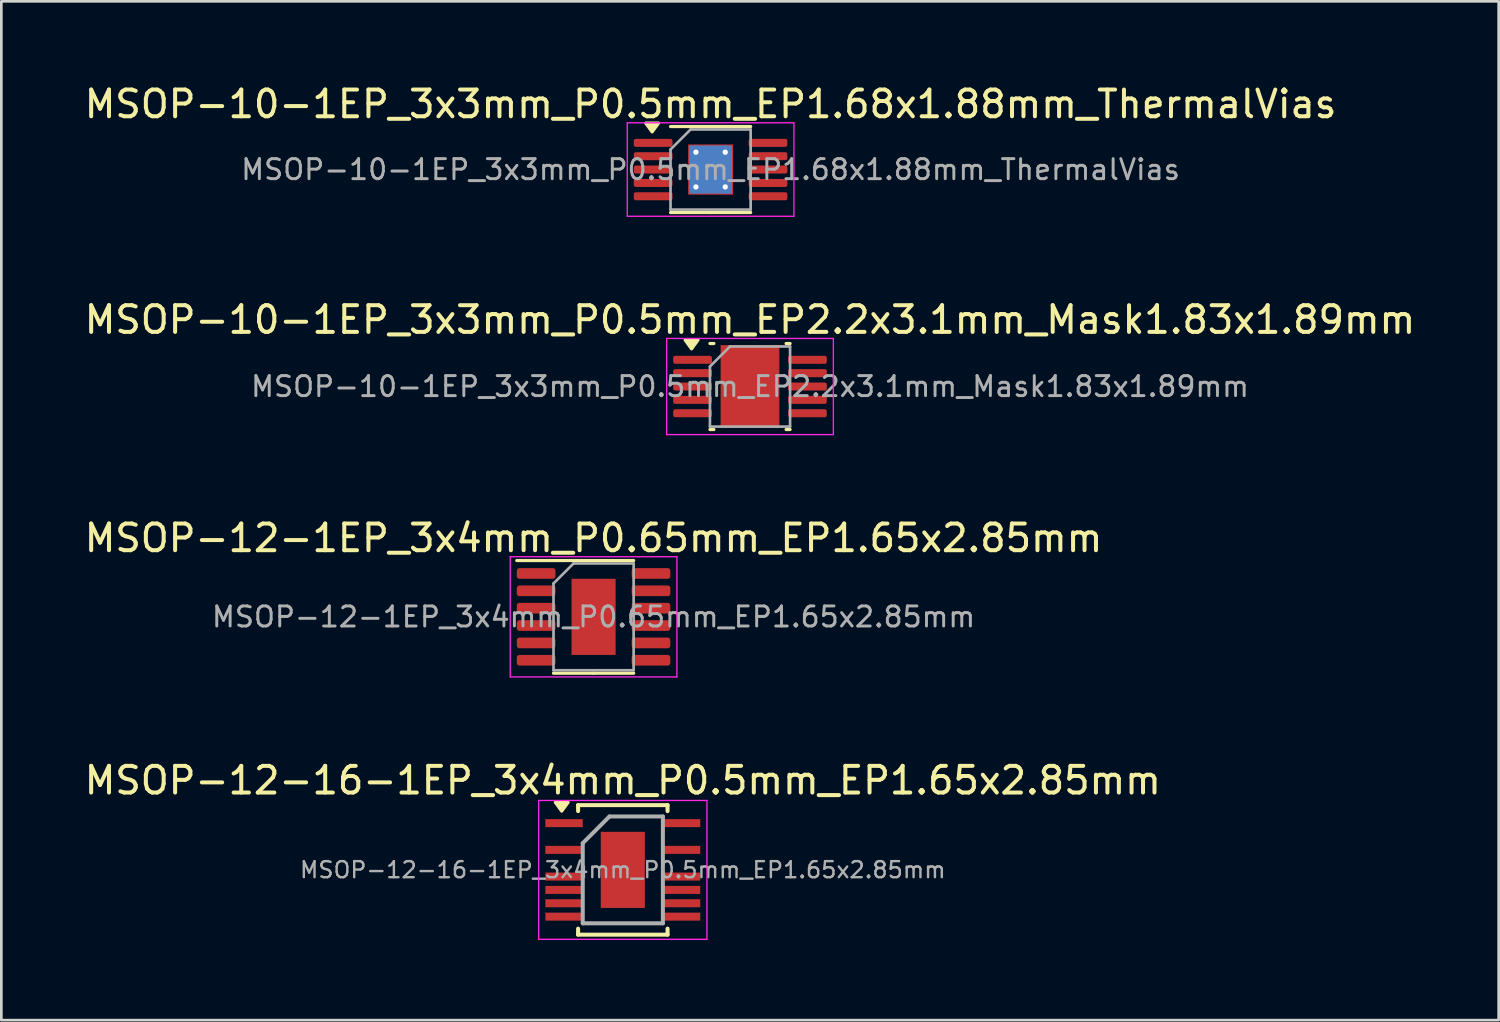
<source format=kicad_pcb>
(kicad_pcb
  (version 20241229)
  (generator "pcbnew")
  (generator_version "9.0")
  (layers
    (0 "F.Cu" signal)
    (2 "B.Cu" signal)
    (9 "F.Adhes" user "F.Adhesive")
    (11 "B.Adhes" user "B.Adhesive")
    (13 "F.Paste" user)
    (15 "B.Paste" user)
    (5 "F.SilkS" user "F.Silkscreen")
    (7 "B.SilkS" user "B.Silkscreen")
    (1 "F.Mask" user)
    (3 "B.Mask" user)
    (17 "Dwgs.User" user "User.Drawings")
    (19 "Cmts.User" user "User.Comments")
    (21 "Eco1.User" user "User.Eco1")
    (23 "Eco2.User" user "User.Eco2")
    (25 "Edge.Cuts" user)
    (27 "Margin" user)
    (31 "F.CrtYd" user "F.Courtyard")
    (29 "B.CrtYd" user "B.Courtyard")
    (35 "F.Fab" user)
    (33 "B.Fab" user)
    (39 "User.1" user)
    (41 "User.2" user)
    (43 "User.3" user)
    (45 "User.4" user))
  (footprint "MSOP-10-1EP_3x3mm_P0.5mm_EP1.68x1.88mm_ThermalVias"
    (layer "F.Cu")
    (at 23.554 3.298)
    (property "Reference" "MSOP-10-1EP_3x3mm_P0.5mm_EP1.68x1.88mm_ThermalVias" (at 0 -2.45 0) (layer "F.SilkS") (effects (font (size 1 1) (thickness 0.15))))
    (attr smd)
    (fp_line (start 0 -1.61) (end -1.5 -1.61) (stroke (width 0.12) (type solid)) (layer "F.SilkS"))
    (fp_line (start 0 -1.61) (end 1.5 -1.61) (stroke (width 0.12) (type solid)) (layer "F.SilkS"))
    (fp_line (start 0 1.61) (end -1.5 1.61) (stroke (width 0.12) (type solid)) (layer "F.SilkS"))
    (fp_line (start 0 1.61) (end 1.5 1.61) (stroke (width 0.12) (type solid)) (layer "F.SilkS"))
    (fp_poly (pts (xy -2.188 -1.41) (xy -2.428 -1.74) (xy -1.948 -1.74) (xy -2.188 -1.41)) (stroke (width 0.12) (type solid)) (fill yes) (layer "F.SilkS"))
    (fp_line (start -3.12 -1.75) (end -3.12 1.75) (stroke (width 0.05) (type solid)) (layer "F.CrtYd"))
    (fp_line (start -3.12 1.75) (end 3.12 1.75) (stroke (width 0.05) (type solid)) (layer "F.CrtYd"))
    (fp_line (start 3.12 -1.75) (end -3.12 -1.75) (stroke (width 0.05) (type solid)) (layer "F.CrtYd"))
    (fp_line (start 3.12 1.75) (end 3.12 -1.75) (stroke (width 0.05) (type solid)) (layer "F.CrtYd"))
    (fp_line (start -1.5 -0.75) (end -0.75 -1.5) (stroke (width 0.1) (type solid)) (layer "F.Fab"))
    (fp_line (start -1.5 1.5) (end -1.5 -0.75) (stroke (width 0.1) (type solid)) (layer "F.Fab"))
    (fp_line (start -0.75 -1.5) (end 1.5 -1.5) (stroke (width 0.1) (type solid)) (layer "F.Fab"))
    (fp_line (start 1.5 -1.5) (end 1.5 1.5) (stroke (width 0.1) (type solid)) (layer "F.Fab"))
    (fp_line (start 1.5 1.5) (end -1.5 1.5) (stroke (width 0.1) (type solid)) (layer "F.Fab"))
    (fp_text user "${REFERENCE}" (at 0 0 0) (layer "F.Fab") (effects (font (size 0.75 0.75) (thickness 0.11))))
    (pad "" smd roundrect (at -0.42 -0.47) (size 0.7 0.79) (layers "F.Paste") (roundrect_rratio 0.25))
    (pad "" smd roundrect (at -0.42 0.47) (size 0.7 0.79) (layers "F.Paste") (roundrect_rratio 0.25))
    (pad "" smd roundrect (at 0.42 -0.47) (size 0.7 0.79) (layers "F.Paste") (roundrect_rratio 0.25))
    (pad "" smd roundrect (at 0.42 0.47) (size 0.7 0.79) (layers "F.Paste") (roundrect_rratio 0.25))
    (pad "1" smd roundrect (at -2.15 -1) (size 1.45 0.3) (layers "F.Cu" "F.Mask" "F.Paste") (roundrect_rratio 0.25))
    (pad "2" smd roundrect (at -2.15 -0.5) (size 1.45 0.3) (layers "F.Cu" "F.Mask" "F.Paste") (roundrect_rratio 0.25))
    (pad "3" smd roundrect (at -2.15 0) (size 1.45 0.3) (layers "F.Cu" "F.Mask" "F.Paste") (roundrect_rratio 0.25))
    (pad "4" smd roundrect (at -2.15 0.5) (size 1.45 0.3) (layers "F.Cu" "F.Mask" "F.Paste") (roundrect_rratio 0.25))
    (pad "5" smd roundrect (at -2.15 1) (size 1.45 0.3) (layers "F.Cu" "F.Mask" "F.Paste") (roundrect_rratio 0.25))
    (pad "6" smd roundrect (at 2.15 1) (size 1.45 0.3) (layers "F.Cu" "F.Mask" "F.Paste") (roundrect_rratio 0.25))
    (pad "7" smd roundrect (at 2.15 0.5) (size 1.45 0.3) (layers "F.Cu" "F.Mask" "F.Paste") (roundrect_rratio 0.25))
    (pad "8" smd roundrect (at 2.15 0) (size 1.45 0.3) (layers "F.Cu" "F.Mask" "F.Paste") (roundrect_rratio 0.25))
    (pad "9" smd roundrect (at 2.15 -0.5) (size 1.45 0.3) (layers "F.Cu" "F.Mask" "F.Paste") (roundrect_rratio 0.25))
    (pad "10" smd roundrect (at 2.15 -1) (size 1.45 0.3) (layers "F.Cu" "F.Mask" "F.Paste") (roundrect_rratio 0.25))
    (pad "11" thru_hole circle (at -0.55 -0.65) (size 0.5 0.5) (drill 0.2) (property pad_prop_heatsink) (layers "*.Cu"))
    (pad "11" thru_hole circle (at -0.55 0.65) (size 0.5 0.5) (drill 0.2) (property pad_prop_heatsink) (layers "*.Cu"))
    (pad "11" smd rect (at 0 0) (size 1.6 1.8) (property pad_prop_heatsink) (layers "B.Cu"))
    (pad "11" smd rect (at 0 0) (size 1.68 1.88) (property pad_prop_heatsink) (layers "F.Cu" "F.Mask"))
    (pad "11" thru_hole circle (at 0.55 -0.65) (size 0.5 0.5) (drill 0.2) (property pad_prop_heatsink) (layers "*.Cu"))
    (pad "11" thru_hole circle (at 0.55 0.65) (size 0.5 0.5) (drill 0.2) (property pad_prop_heatsink) (layers "*.Cu")))
  (footprint "MSOP-10-1EP_3x3mm_P0.5mm_EP2.2x3.1mm_Mask1.83x1.89mm"
    (layer "F.Cu")
    (at 25.03 11.421)
    (property "Reference" "MSOP-10-1EP_3x3mm_P0.5mm_EP2.2x3.1mm_Mask1.83x1.89mm" (at 0 -2.5 0) (layer "F.SilkS") (effects (font (size 1 1) (thickness 0.15))))
    (attr smd)
    (fp_line (start -1.353 -1.61) (end -1.5 -1.61) (stroke (width 0.12) (type solid)) (layer "F.SilkS"))
    (fp_line (start -1.353 1.61) (end -1.5 1.61) (stroke (width 0.12) (type solid)) (layer "F.SilkS"))
    (fp_line (start 1.353 -1.61) (end 1.5 -1.61) (stroke (width 0.12) (type solid)) (layer "F.SilkS"))
    (fp_line (start 1.353 1.61) (end 1.5 1.61) (stroke (width 0.12) (type solid)) (layer "F.SilkS"))
    (fp_poly (pts (xy -2.188 -1.41) (xy -2.428 -1.74) (xy -1.948 -1.74) (xy -2.188 -1.41)) (stroke (width 0.12) (type solid)) (fill yes) (layer "F.SilkS"))
    (fp_line (start -3.12 -1.8) (end -3.12 1.8) (stroke (width 0.05) (type solid)) (layer "F.CrtYd"))
    (fp_line (start -3.12 1.8) (end 3.12 1.8) (stroke (width 0.05) (type solid)) (layer "F.CrtYd"))
    (fp_line (start 3.12 -1.8) (end -3.12 -1.8) (stroke (width 0.05) (type solid)) (layer "F.CrtYd"))
    (fp_line (start 3.12 1.8) (end 3.12 -1.8) (stroke (width 0.05) (type solid)) (layer "F.CrtYd"))
    (fp_line (start -1.5 -0.75) (end -0.75 -1.5) (stroke (width 0.1) (type solid)) (layer "F.Fab"))
    (fp_line (start -1.5 1.5) (end -1.5 -0.75) (stroke (width 0.1) (type solid)) (layer "F.Fab"))
    (fp_line (start -0.75 -1.5) (end 1.5 -1.5) (stroke (width 0.1) (type solid)) (layer "F.Fab"))
    (fp_line (start 1.5 -1.5) (end 1.5 1.5) (stroke (width 0.1) (type solid)) (layer "F.Fab"))
    (fp_line (start 1.5 1.5) (end -1.5 1.5) (stroke (width 0.1) (type solid)) (layer "F.Fab"))
    (fp_text user "${REFERENCE}" (at 0 0 0) (layer "F.Fab") (effects (font (size 0.75 0.75) (thickness 0.11))))
    (pad "" smd roundrect (at -0.46 -0.47) (size 0.74 0.76) (layers "F.Paste") (roundrect_rratio 0.25))
    (pad "" smd roundrect (at -0.46 0.47) (size 0.74 0.76) (layers "F.Paste") (roundrect_rratio 0.25))
    (pad "" smd rect (at 0 0) (size 1.83 1.89) (layers "F.Mask"))
    (pad "" smd roundrect (at 0.46 -0.47) (size 0.74 0.76) (layers "F.Paste") (roundrect_rratio 0.25))
    (pad "" smd roundrect (at 0.46 0.47) (size 0.74 0.76) (layers "F.Paste") (roundrect_rratio 0.25))
    (pad "1" smd roundrect (at -2.15 -1) (size 1.45 0.3) (layers "F.Cu" "F.Mask" "F.Paste") (roundrect_rratio 0.25))
    (pad "2" smd roundrect (at -2.15 -0.5) (size 1.45 0.3) (layers "F.Cu" "F.Mask" "F.Paste") (roundrect_rratio 0.25))
    (pad "3" smd roundrect (at -2.15 0) (size 1.45 0.3) (layers "F.Cu" "F.Mask" "F.Paste") (roundrect_rratio 0.25))
    (pad "4" smd roundrect (at -2.15 0.5) (size 1.45 0.3) (layers "F.Cu" "F.Mask" "F.Paste") (roundrect_rratio 0.25))
    (pad "5" smd roundrect (at -2.15 1) (size 1.45 0.3) (layers "F.Cu" "F.Mask" "F.Paste") (roundrect_rratio 0.25))
    (pad "6" smd roundrect (at 2.15 1) (size 1.45 0.3) (layers "F.Cu" "F.Mask" "F.Paste") (roundrect_rratio 0.25))
    (pad "7" smd roundrect (at 2.15 0.5) (size 1.45 0.3) (layers "F.Cu" "F.Mask" "F.Paste") (roundrect_rratio 0.25))
    (pad "8" smd roundrect (at 2.15 0) (size 1.45 0.3) (layers "F.Cu" "F.Mask" "F.Paste") (roundrect_rratio 0.25))
    (pad "9" smd roundrect (at 2.15 -0.5) (size 1.45 0.3) (layers "F.Cu" "F.Mask" "F.Paste") (roundrect_rratio 0.25))
    (pad "10" smd roundrect (at 2.15 -1) (size 1.45 0.3) (layers "F.Cu" "F.Mask" "F.Paste") (roundrect_rratio 0.25))
    (pad "11" smd rect (at 0 0) (size 2.2 3.1) (property pad_prop_heatsink) (layers "F.Cu")))
  (footprint "MSOP-12-1EP_3x4mm_P0.65mm_EP1.65x2.85mm"
    (layer "F.Cu")
    (at 19.173 20.045)
    (property "Reference" "MSOP-12-1EP_3x4mm_P0.65mm_EP1.65x2.85mm" (at 0 -2.95 0) (layer "F.SilkS") (effects (font (size 1 1) (thickness 0.15))))
    (attr smd)
    (fp_line (start 0 -2.11) (end -2.875 -2.11) (stroke (width 0.12) (type solid)) (layer "F.SilkS"))
    (fp_line (start 0 -2.11) (end 1.5 -2.11) (stroke (width 0.12) (type solid)) (layer "F.SilkS"))
    (fp_line (start 0 2.11) (end -1.5 2.11) (stroke (width 0.12) (type solid)) (layer "F.SilkS"))
    (fp_line (start 0 2.11) (end 1.5 2.11) (stroke (width 0.12) (type solid)) (layer "F.SilkS"))
    (fp_line (start -3.12 -2.25) (end -3.12 2.25) (stroke (width 0.05) (type solid)) (layer "F.CrtYd"))
    (fp_line (start -3.12 2.25) (end 3.12 2.25) (stroke (width 0.05) (type solid)) (layer "F.CrtYd"))
    (fp_line (start 3.12 -2.25) (end -3.12 -2.25) (stroke (width 0.05) (type solid)) (layer "F.CrtYd"))
    (fp_line (start 3.12 2.25) (end 3.12 -2.25) (stroke (width 0.05) (type solid)) (layer "F.CrtYd"))
    (fp_line (start -1.5 -1.25) (end -0.75 -2) (stroke (width 0.1) (type solid)) (layer "F.Fab"))
    (fp_line (start -1.5 2) (end -1.5 -1.25) (stroke (width 0.1) (type solid)) (layer "F.Fab"))
    (fp_line (start -0.75 -2) (end 1.5 -2) (stroke (width 0.1) (type solid)) (layer "F.Fab"))
    (fp_line (start 1.5 -2) (end 1.5 2) (stroke (width 0.1) (type solid)) (layer "F.Fab"))
    (fp_line (start 1.5 2) (end -1.5 2) (stroke (width 0.1) (type solid)) (layer "F.Fab"))
    (fp_text user "${REFERENCE}" (at 0 0 0) (layer "F.Fab") (effects (font (size 0.75 0.75) (thickness 0.11))))
    (pad "" smd roundrect (at -0.41 -0.71) (size 0.67 1.15) (layers "F.Paste") (roundrect_rratio 0.25))
    (pad "" smd roundrect (at -0.41 0.71) (size 0.67 1.15) (layers "F.Paste") (roundrect_rratio 0.25))
    (pad "" smd roundrect (at 0.41 -0.71) (size 0.67 1.15) (layers "F.Paste") (roundrect_rratio 0.25))
    (pad "" smd roundrect (at 0.41 0.71) (size 0.67 1.15) (layers "F.Paste") (roundrect_rratio 0.25))
    (pad "1" smd roundrect (at -2.15 -1.625) (size 1.45 0.4) (layers "F.Cu" "F.Mask" "F.Paste") (roundrect_rratio 0.25))
    (pad "2" smd roundrect (at -2.15 -0.975) (size 1.45 0.4) (layers "F.Cu" "F.Mask" "F.Paste") (roundrect_rratio 0.25))
    (pad "3" smd roundrect (at -2.15 -0.325) (size 1.45 0.4) (layers "F.Cu" "F.Mask" "F.Paste") (roundrect_rratio 0.25))
    (pad "4" smd roundrect (at -2.15 0.325) (size 1.45 0.4) (layers "F.Cu" "F.Mask" "F.Paste") (roundrect_rratio 0.25))
    (pad "5" smd roundrect (at -2.15 0.975) (size 1.45 0.4) (layers "F.Cu" "F.Mask" "F.Paste") (roundrect_rratio 0.25))
    (pad "6" smd roundrect (at -2.15 1.625) (size 1.45 0.4) (layers "F.Cu" "F.Mask" "F.Paste") (roundrect_rratio 0.25))
    (pad "7" smd roundrect (at 2.15 1.625) (size 1.45 0.4) (layers "F.Cu" "F.Mask" "F.Paste") (roundrect_rratio 0.25))
    (pad "8" smd roundrect (at 2.15 0.975) (size 1.45 0.4) (layers "F.Cu" "F.Mask" "F.Paste") (roundrect_rratio 0.25))
    (pad "9" smd roundrect (at 2.15 0.325) (size 1.45 0.4) (layers "F.Cu" "F.Mask" "F.Paste") (roundrect_rratio 0.25))
    (pad "10" smd roundrect (at 2.15 -0.325) (size 1.45 0.4) (layers "F.Cu" "F.Mask" "F.Paste") (roundrect_rratio 0.25))
    (pad "11" smd roundrect (at 2.15 -0.975) (size 1.45 0.4) (layers "F.Cu" "F.Mask" "F.Paste") (roundrect_rratio 0.25))
    (pad "12" smd roundrect (at 2.15 -1.625) (size 1.45 0.4) (layers "F.Cu" "F.Mask" "F.Paste") (roundrect_rratio 0.25))
    (pad "13" smd rect (at 0 0) (size 1.65 2.85) (layers "F.Cu" "F.Mask")))
  (footprint "MSOP-12-16-1EP_3x4mm_P0.5mm_EP1.65x2.85mm"
    (layer "F.Cu")
    (at 20.268 29.518)
    (property "Reference" "MSOP-12-16-1EP_3x4mm_P0.5mm_EP1.65x2.85mm" (at 0 -3.35 0) (layer "F.SilkS") (effects (font (size 1 1) (thickness 0.15))))
    (attr smd)
    (fp_line (start -1.675 -2.425) (end -1.675 -2.2) (stroke (width 0.15) (type solid)) (layer "F.SilkS"))
    (fp_line (start -1.675 -2.425) (end 1.675 -2.425) (stroke (width 0.15) (type solid)) (layer "F.SilkS"))
    (fp_line (start -1.675 2.425) (end -1.675 2.2) (stroke (width 0.15) (type solid)) (layer "F.SilkS"))
    (fp_line (start -1.675 2.425) (end 1.675 2.425) (stroke (width 0.15) (type solid)) (layer "F.SilkS"))
    (fp_line (start 1.675 -2.425) (end 1.675 -2.2) (stroke (width 0.15) (type solid)) (layer "F.SilkS"))
    (fp_line (start 1.675 2.425) (end 1.675 2.2) (stroke (width 0.15) (type solid)) (layer "F.SilkS"))
    (fp_poly (pts (xy -2.288 -2.2) (xy -2.527 -2.53) (xy -2.047 -2.53) (xy -2.288 -2.2)) (stroke (width 0.12) (type solid)) (fill yes) (layer "F.SilkS"))
    (fp_line (start -3.15 -2.6) (end -3.15 2.6) (stroke (width 0.05) (type solid)) (layer "F.CrtYd"))
    (fp_line (start -3.15 -2.6) (end 3.15 -2.6) (stroke (width 0.05) (type solid)) (layer "F.CrtYd"))
    (fp_line (start -3.15 2.6) (end 3.15 2.6) (stroke (width 0.05) (type solid)) (layer "F.CrtYd"))
    (fp_line (start 3.15 -2.6) (end 3.15 2.6) (stroke (width 0.05) (type solid)) (layer "F.CrtYd"))
    (fp_line (start -1.5 -1) (end -0.5 -2) (stroke (width 0.15) (type solid)) (layer "F.Fab"))
    (fp_line (start -1.5 2) (end -1.5 -1) (stroke (width 0.15) (type solid)) (layer "F.Fab"))
    (fp_line (start -0.5 -2) (end 1.5 -2) (stroke (width 0.15) (type solid)) (layer "F.Fab"))
    (fp_line (start 1.5 -2) (end 1.5 2) (stroke (width 0.15) (type solid)) (layer "F.Fab"))
    (fp_line (start 1.5 2) (end -1.5 2) (stroke (width 0.15) (type solid)) (layer "F.Fab"))
    (fp_text user "${REFERENCE}" (at 0 0 0) (layer "F.Fab") (effects (font (size 0.6 0.6) (thickness 0.09))))
    (pad "" smd rect (at -0.412 -0.95) (size 0.66 0.75) (layers "F.Paste"))
    (pad "" smd rect (at -0.412 0) (size 0.66 0.75) (layers "F.Paste"))
    (pad "" smd rect (at -0.412 0.95) (size 0.66 0.75) (layers "F.Paste"))
    (pad "" smd rect (at 0.412 -0.95) (size 0.66 0.75) (layers "F.Paste"))
    (pad "" smd rect (at 0.412 0) (size 0.66 0.75) (layers "F.Paste"))
    (pad "" smd rect (at 0.412 0.95) (size 0.66 0.75) (layers "F.Paste"))
    (pad "1" smd rect (at -2.2 -1.75) (size 1.4 0.3) (layers "F.Cu" "F.Mask" "F.Paste"))
    (pad "3" smd rect (at -2.2 -0.75) (size 1.4 0.3) (layers "F.Cu" "F.Mask" "F.Paste"))
    (pad "5" smd rect (at -2.2 0.25) (size 1.4 0.3) (layers "F.Cu" "F.Mask" "F.Paste"))
    (pad "6" smd rect (at -2.2 0.75) (size 1.4 0.3) (layers "F.Cu" "F.Mask" "F.Paste"))
    (pad "7" smd rect (at -2.2 1.25) (size 1.4 0.3) (layers "F.Cu" "F.Mask" "F.Paste"))
    (pad "8" smd rect (at -2.2 1.75) (size 1.4 0.3) (layers "F.Cu" "F.Mask" "F.Paste"))
    (pad "9" smd rect (at 2.2 1.75) (size 1.4 0.3) (layers "F.Cu" "F.Mask" "F.Paste"))
    (pad "10" smd rect (at 2.2 1.25) (size 1.4 0.3) (layers "F.Cu" "F.Mask" "F.Paste"))
    (pad "11" smd rect (at 2.2 0.75) (size 1.4 0.3) (layers "F.Cu" "F.Mask" "F.Paste"))
    (pad "12" smd rect (at 2.2 0.25) (size 1.4 0.3) (layers "F.Cu" "F.Mask" "F.Paste"))
    (pad "14" smd rect (at 2.2 -0.75) (size 1.4 0.3) (layers "F.Cu" "F.Mask" "F.Paste"))
    (pad "16" smd rect (at 2.2 -1.75) (size 1.4 0.3) (layers "F.Cu" "F.Mask" "F.Paste"))
    (pad "17" smd rect (at 0 0) (size 1.65 2.85) (layers "F.Cu" "F.Mask")))
  (gr_rect
    (start -3 -3)
    (end 53.06 35.143)
    (stroke (width 0.1) (type default))
    (fill no)
    (layer "Edge.Cuts")))
</source>
